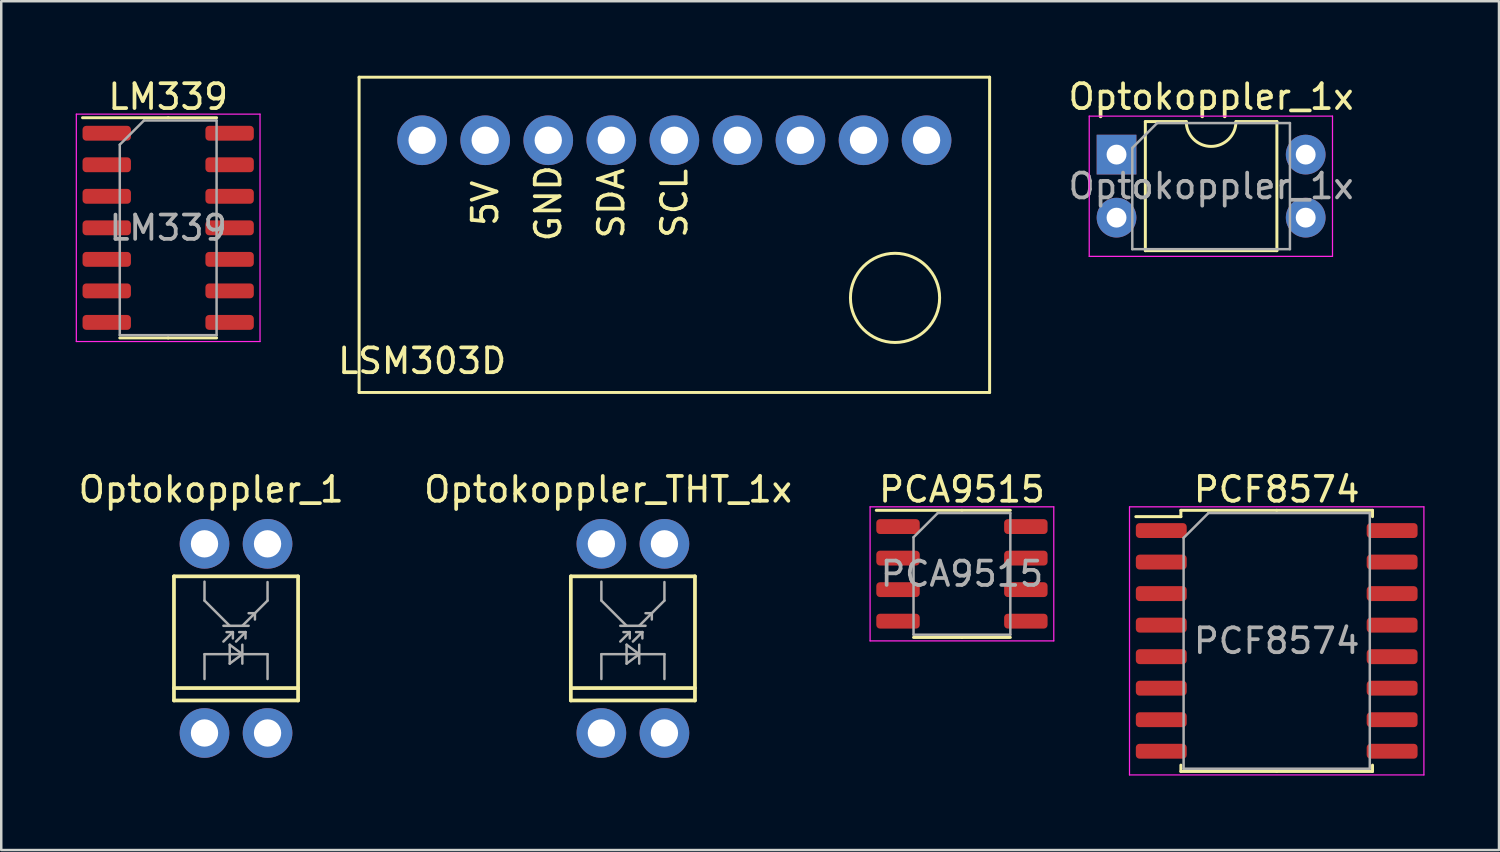
<source format=kicad_pcb>
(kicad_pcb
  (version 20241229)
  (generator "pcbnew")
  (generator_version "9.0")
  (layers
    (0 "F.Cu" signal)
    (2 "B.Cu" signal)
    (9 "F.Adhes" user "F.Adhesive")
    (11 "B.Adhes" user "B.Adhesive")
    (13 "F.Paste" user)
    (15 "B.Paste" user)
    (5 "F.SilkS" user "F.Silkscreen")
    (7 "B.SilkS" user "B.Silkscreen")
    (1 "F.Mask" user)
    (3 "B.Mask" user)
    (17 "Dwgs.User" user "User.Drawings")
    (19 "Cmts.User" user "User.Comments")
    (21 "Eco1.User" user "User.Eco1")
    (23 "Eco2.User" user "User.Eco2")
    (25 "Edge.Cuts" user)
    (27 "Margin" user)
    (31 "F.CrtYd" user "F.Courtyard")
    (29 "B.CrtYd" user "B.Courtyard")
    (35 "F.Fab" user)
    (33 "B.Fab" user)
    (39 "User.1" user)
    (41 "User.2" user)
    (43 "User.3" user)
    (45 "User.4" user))
  (footprint "Optokoppler_1x"
    (layer "F.Cu")
    (at 41.929 3.178)
    (property "Reference" "Optokoppler_1x" (at 3.81 -2.33 0) (layer "F.SilkS") (effects (font (size 1 1) (thickness 0.15))))
    (attr through_hole)
    (fp_line (start 1.16 -1.33) (end 1.16 3.87) (stroke (width 0.12) (type solid)) (layer "F.SilkS"))
    (fp_line (start 1.16 3.87) (end 6.46 3.87) (stroke (width 0.12) (type solid)) (layer "F.SilkS"))
    (fp_line (start 2.81 -1.33) (end 1.16 -1.33) (stroke (width 0.12) (type solid)) (layer "F.SilkS"))
    (fp_line (start 6.46 -1.33) (end 4.81 -1.33) (stroke (width 0.12) (type solid)) (layer "F.SilkS"))
    (fp_line (start 6.46 3.87) (end 6.46 -1.33) (stroke (width 0.12) (type solid)) (layer "F.SilkS"))
    (fp_arc (start 4.81 -1.33) (mid 3.81 -0.33) (end 2.81 -1.33) (stroke (width 0.12) (type solid)) (layer "F.SilkS"))
    (fp_line (start -1.1 -1.55) (end -1.1 4.1) (stroke (width 0.05) (type solid)) (layer "F.CrtYd"))
    (fp_line (start -1.1 4.1) (end 8.7 4.1) (stroke (width 0.05) (type solid)) (layer "F.CrtYd"))
    (fp_line (start 8.7 -1.55) (end -1.1 -1.55) (stroke (width 0.05) (type solid)) (layer "F.CrtYd"))
    (fp_line (start 8.7 4.1) (end 8.7 -1.55) (stroke (width 0.05) (type solid)) (layer "F.CrtYd"))
    (fp_line (start 0.635 -0.27) (end 1.635 -1.27) (stroke (width 0.1) (type solid)) (layer "F.Fab"))
    (fp_line (start 0.635 3.81) (end 0.635 -0.27) (stroke (width 0.1) (type solid)) (layer "F.Fab"))
    (fp_line (start 1.635 -1.27) (end 6.985 -1.27) (stroke (width 0.1) (type solid)) (layer "F.Fab"))
    (fp_line (start 6.985 -1.27) (end 6.985 3.81) (stroke (width 0.1) (type solid)) (layer "F.Fab"))
    (fp_line (start 6.985 3.81) (end 0.635 3.81) (stroke (width 0.1) (type solid)) (layer "F.Fab"))
    (fp_text user "${REFERENCE}" (at 3.81 1.27 0) (layer "F.Fab") (effects (font (size 1 1) (thickness 0.15))))
    (pad "1" thru_hole rect (at 0 0) (size 1.6 1.6) (drill 0.8) (layers "*.Cu" "*.Mask"))
    (pad "2" thru_hole oval (at 0 2.54) (size 1.6 1.6) (drill 0.8) (layers "*.Cu" "*.Mask"))
    (pad "3" thru_hole oval (at 7.62 2.54) (size 1.6 1.6) (drill 0.8) (layers "*.Cu" "*.Mask"))
    (pad "4" thru_hole oval (at 7.62 0) (size 1.6 1.6) (drill 0.8) (layers "*.Cu" "*.Mask")))
  (footprint "Optokoppler_1"
    (layer "F.Cu")
    (at 6.458 22.668)
    (property "Reference" "Optokoppler_1" (at -1 -6 0) (layer "F.SilkS") (effects (font (size 1 1) (thickness 0.15))))
    (attr through_hole)
    (fp_line (start -2.5 -2.5) (end -2.5 2.5) (stroke (width 0.15) (type solid)) (layer "F.SilkS"))
    (fp_line (start -2.5 2) (end 2.5 2) (stroke (width 0.15) (type solid)) (layer "F.SilkS"))
    (fp_line (start -2.5 2.5) (end 2.5 2.5) (stroke (width 0.15) (type solid)) (layer "F.SilkS"))
    (fp_line (start 2.5 -2.5) (end -2.5 -2.5) (stroke (width 0.15) (type solid)) (layer "F.SilkS"))
    (fp_line (start 2.5 2.5) (end 2.5 -2.5) (stroke (width 0.15) (type solid)) (layer "F.SilkS"))
    (fp_line (start -1.27 -1.524) (end -1.27 -2.286) (stroke (width 0.1) (type solid)) (layer "F.Fab"))
    (fp_line (start -1.27 0.635) (end 1.27 0.635) (stroke (width 0.1) (type solid)) (layer "F.Fab"))
    (fp_line (start -1.27 1.635) (end -1.27 0.635) (stroke (width 0.1) (type solid)) (layer "F.Fab"))
    (fp_line (start -0.508 -0.508) (end 0.508 -0.508) (stroke (width 0.1) (type solid)) (layer "F.Fab"))
    (fp_line (start -0.508 0.127) (end -0.127 -0.254) (stroke (width 0.1) (type solid)) (layer "F.Fab"))
    (fp_line (start -0.381 -0.254) (end -0.127 -0.254) (stroke (width 0.1) (type solid)) (layer "F.Fab"))
    (fp_line (start -0.254 -0.508) (end -1.27 -1.524) (stroke (width 0.1) (type solid)) (layer "F.Fab"))
    (fp_line (start -0.254 0.254) (end 0.254 0.635) (stroke (width 0.1) (type solid)) (layer "F.Fab"))
    (fp_line (start -0.254 1.016) (end -0.254 0.254) (stroke (width 0.1) (type solid)) (layer "F.Fab"))
    (fp_line (start -0.254 1.016) (end 0.254 0.635) (stroke (width 0.1) (type solid)) (layer "F.Fab"))
    (fp_line (start -0.127 0) (end -0.127 -0.254) (stroke (width 0.1) (type solid)) (layer "F.Fab"))
    (fp_line (start 0 0.127) (end 0.381 -0.254) (stroke (width 0.1) (type solid)) (layer "F.Fab"))
    (fp_line (start 0.127 -0.254) (end 0.381 -0.254) (stroke (width 0.1) (type solid)) (layer "F.Fab"))
    (fp_line (start 0.254 -0.508) (end 1.27 -1.524) (stroke (width 0.1) (type solid)) (layer "F.Fab"))
    (fp_line (start 0.254 1.016) (end 0.254 0.254) (stroke (width 0.1) (type solid)) (layer "F.Fab"))
    (fp_line (start 0.381 0) (end 0.381 -0.254) (stroke (width 0.1) (type solid)) (layer "F.Fab"))
    (fp_line (start 0.508 -1.016) (end 0.762 -1.016) (stroke (width 0.1) (type solid)) (layer "F.Fab"))
    (fp_line (start 0.762 -0.762) (end 0.762 -1.016) (stroke (width 0.1) (type solid)) (layer "F.Fab"))
    (fp_line (start 1.27 -1.524) (end 1.27 -2.27) (stroke (width 0.1) (type solid)) (layer "F.Fab"))
    (fp_line (start 1.27 1.635) (end 1.27 0.635) (stroke (width 0.1) (type solid)) (layer "F.Fab"))
    (pad "1" thru_hole circle (at -1.27 3.81) (size 2 2) (drill 1.1) (layers "*.Cu" "*.Mask"))
    (pad "2" thru_hole circle (at 1.27 3.81) (size 2 2) (drill 1.1) (layers "*.Cu" "*.Mask"))
    (pad "3" thru_hole circle (at 1.27 -3.81) (size 2 2) (drill 1.1) (layers "*.Cu" "*.Mask"))
    (pad "4" thru_hole circle (at -1.27 -3.81) (size 2 2) (drill 1.1) (layers "*.Cu" "*.Mask")))
  (footprint "PCF8574"
    (layer "F.Cu")
    (at 48.381 22.768)
    (property "Reference" "PCF8574" (at 0 -6.1 0) (layer "F.SilkS") (effects (font (size 1 1) (thickness 0.15))))
    (attr smd)
    (fp_line (start -3.86 -5.26) (end -3.86 -5.005) (stroke (width 0.12) (type solid)) (layer "F.SilkS"))
    (fp_line (start -3.86 -5.005) (end -5.675 -5.005) (stroke (width 0.12) (type solid)) (layer "F.SilkS"))
    (fp_line (start -3.86 5.26) (end -3.86 5.005) (stroke (width 0.12) (type solid)) (layer "F.SilkS"))
    (fp_line (start 0 -5.26) (end -3.86 -5.26) (stroke (width 0.12) (type solid)) (layer "F.SilkS"))
    (fp_line (start 0 -5.26) (end 3.86 -5.26) (stroke (width 0.12) (type solid)) (layer "F.SilkS"))
    (fp_line (start 0 5.26) (end -3.86 5.26) (stroke (width 0.12) (type solid)) (layer "F.SilkS"))
    (fp_line (start 0 5.26) (end 3.86 5.26) (stroke (width 0.12) (type solid)) (layer "F.SilkS"))
    (fp_line (start 3.86 -5.26) (end 3.86 -5.005) (stroke (width 0.12) (type solid)) (layer "F.SilkS"))
    (fp_line (start 3.86 5.26) (end 3.86 5.005) (stroke (width 0.12) (type solid)) (layer "F.SilkS"))
    (fp_line (start -5.93 -5.4) (end -5.93 5.4) (stroke (width 0.05) (type solid)) (layer "F.CrtYd"))
    (fp_line (start -5.93 5.4) (end 5.93 5.4) (stroke (width 0.05) (type solid)) (layer "F.CrtYd"))
    (fp_line (start 5.93 -5.4) (end -5.93 -5.4) (stroke (width 0.05) (type solid)) (layer "F.CrtYd"))
    (fp_line (start 5.93 5.4) (end 5.93 -5.4) (stroke (width 0.05) (type solid)) (layer "F.CrtYd"))
    (fp_line (start -3.75 -4.15) (end -2.75 -5.15) (stroke (width 0.1) (type solid)) (layer "F.Fab"))
    (fp_line (start -3.75 5.15) (end -3.75 -4.15) (stroke (width 0.1) (type solid)) (layer "F.Fab"))
    (fp_line (start -2.75 -5.15) (end 3.75 -5.15) (stroke (width 0.1) (type solid)) (layer "F.Fab"))
    (fp_line (start 3.75 -5.15) (end 3.75 5.15) (stroke (width 0.1) (type solid)) (layer "F.Fab"))
    (fp_line (start 3.75 5.15) (end -3.75 5.15) (stroke (width 0.1) (type solid)) (layer "F.Fab"))
    (fp_text user "${REFERENCE}" (at 0 0 0) (layer "F.Fab") (effects (font (size 1 1) (thickness 0.15))))
    (pad "1" smd roundrect (at -4.65 -4.445) (size 2.05 0.6) (layers "F.Cu" "F.Mask" "F.Paste") (roundrect_rratio 0.25))
    (pad "2" smd roundrect (at -4.65 -3.175) (size 2.05 0.6) (layers "F.Cu" "F.Mask" "F.Paste") (roundrect_rratio 0.25))
    (pad "3" smd roundrect (at -4.65 -1.905) (size 2.05 0.6) (layers "F.Cu" "F.Mask" "F.Paste") (roundrect_rratio 0.25))
    (pad "4" smd roundrect (at -4.65 -0.635) (size 2.05 0.6) (layers "F.Cu" "F.Mask" "F.Paste") (roundrect_rratio 0.25))
    (pad "5" smd roundrect (at -4.65 0.635) (size 2.05 0.6) (layers "F.Cu" "F.Mask" "F.Paste") (roundrect_rratio 0.25))
    (pad "6" smd roundrect (at -4.65 1.905) (size 2.05 0.6) (layers "F.Cu" "F.Mask" "F.Paste") (roundrect_rratio 0.25))
    (pad "7" smd roundrect (at -4.65 3.175) (size 2.05 0.6) (layers "F.Cu" "F.Mask" "F.Paste") (roundrect_rratio 0.25))
    (pad "8" smd roundrect (at -4.65 4.445) (size 2.05 0.6) (layers "F.Cu" "F.Mask" "F.Paste") (roundrect_rratio 0.25))
    (pad "9" smd roundrect (at 4.65 4.445) (size 2.05 0.6) (layers "F.Cu" "F.Mask" "F.Paste") (roundrect_rratio 0.25))
    (pad "10" smd roundrect (at 4.65 3.175) (size 2.05 0.6) (layers "F.Cu" "F.Mask" "F.Paste") (roundrect_rratio 0.25))
    (pad "11" smd roundrect (at 4.65 1.905) (size 2.05 0.6) (layers "F.Cu" "F.Mask" "F.Paste") (roundrect_rratio 0.25))
    (pad "12" smd roundrect (at 4.65 0.635) (size 2.05 0.6) (layers "F.Cu" "F.Mask" "F.Paste") (roundrect_rratio 0.25))
    (pad "13" smd roundrect (at 4.65 -0.635) (size 2.05 0.6) (layers "F.Cu" "F.Mask" "F.Paste") (roundrect_rratio 0.25))
    (pad "14" smd roundrect (at 4.65 -1.905) (size 2.05 0.6) (layers "F.Cu" "F.Mask" "F.Paste") (roundrect_rratio 0.25))
    (pad "15" smd roundrect (at 4.65 -3.175) (size 2.05 0.6) (layers "F.Cu" "F.Mask" "F.Paste") (roundrect_rratio 0.25))
    (pad "16" smd roundrect (at 4.65 -4.445) (size 2.05 0.6) (layers "F.Cu" "F.Mask" "F.Paste") (roundrect_rratio 0.25)))
  (footprint "LM339"
    (layer "F.Cu")
    (at 3.725 6.128)
    (property "Reference" "LM339" (at 0 -5.28 0) (layer "F.SilkS") (effects (font (size 1 1) (thickness 0.15))))
    (attr smd)
    (fp_line (start 0 -4.435) (end -3.45 -4.435) (stroke (width 0.12) (type solid)) (layer "F.SilkS"))
    (fp_line (start 0 -4.435) (end 1.95 -4.435) (stroke (width 0.12) (type solid)) (layer "F.SilkS"))
    (fp_line (start 0 4.435) (end -1.95 4.435) (stroke (width 0.12) (type solid)) (layer "F.SilkS"))
    (fp_line (start 0 4.435) (end 1.95 4.435) (stroke (width 0.12) (type solid)) (layer "F.SilkS"))
    (fp_line (start -3.7 -4.58) (end -3.7 4.58) (stroke (width 0.05) (type solid)) (layer "F.CrtYd"))
    (fp_line (start -3.7 4.58) (end 3.7 4.58) (stroke (width 0.05) (type solid)) (layer "F.CrtYd"))
    (fp_line (start 3.7 -4.58) (end -3.7 -4.58) (stroke (width 0.05) (type solid)) (layer "F.CrtYd"))
    (fp_line (start 3.7 4.58) (end 3.7 -4.58) (stroke (width 0.05) (type solid)) (layer "F.CrtYd"))
    (fp_line (start -1.95 -3.35) (end -0.975 -4.325) (stroke (width 0.1) (type solid)) (layer "F.Fab"))
    (fp_line (start -1.95 4.325) (end -1.95 -3.35) (stroke (width 0.1) (type solid)) (layer "F.Fab"))
    (fp_line (start -0.975 -4.325) (end 1.95 -4.325) (stroke (width 0.1) (type solid)) (layer "F.Fab"))
    (fp_line (start 1.95 -4.325) (end 1.95 4.325) (stroke (width 0.1) (type solid)) (layer "F.Fab"))
    (fp_line (start 1.95 4.325) (end -1.95 4.325) (stroke (width 0.1) (type solid)) (layer "F.Fab"))
    (fp_text user "${REFERENCE}" (at 0 0 0) (layer "F.Fab") (effects (font (size 0.98 0.98) (thickness 0.15))))
    (pad "1" smd roundrect (at -2.475 -3.81) (size 1.95 0.6) (layers "F.Cu" "F.Mask" "F.Paste") (roundrect_rratio 0.25))
    (pad "2" smd roundrect (at -2.475 -2.54) (size 1.95 0.6) (layers "F.Cu" "F.Mask" "F.Paste") (roundrect_rratio 0.25))
    (pad "3" smd roundrect (at -2.475 -1.27) (size 1.95 0.6) (layers "F.Cu" "F.Mask" "F.Paste") (roundrect_rratio 0.25))
    (pad "4" smd roundrect (at -2.475 0) (size 1.95 0.6) (layers "F.Cu" "F.Mask" "F.Paste") (roundrect_rratio 0.25))
    (pad "5" smd roundrect (at -2.475 1.27) (size 1.95 0.6) (layers "F.Cu" "F.Mask" "F.Paste") (roundrect_rratio 0.25))
    (pad "6" smd roundrect (at -2.475 2.54) (size 1.95 0.6) (layers "F.Cu" "F.Mask" "F.Paste") (roundrect_rratio 0.25))
    (pad "7" smd roundrect (at -2.475 3.81) (size 1.95 0.6) (layers "F.Cu" "F.Mask" "F.Paste") (roundrect_rratio 0.25))
    (pad "8" smd roundrect (at 2.475 3.81) (size 1.95 0.6) (layers "F.Cu" "F.Mask" "F.Paste") (roundrect_rratio 0.25))
    (pad "9" smd roundrect (at 2.475 2.54) (size 1.95 0.6) (layers "F.Cu" "F.Mask" "F.Paste") (roundrect_rratio 0.25))
    (pad "10" smd roundrect (at 2.475 1.27) (size 1.95 0.6) (layers "F.Cu" "F.Mask" "F.Paste") (roundrect_rratio 0.25))
    (pad "11" smd roundrect (at 2.475 0) (size 1.95 0.6) (layers "F.Cu" "F.Mask" "F.Paste") (roundrect_rratio 0.25))
    (pad "12" smd roundrect (at 2.475 -1.27) (size 1.95 0.6) (layers "F.Cu" "F.Mask" "F.Paste") (roundrect_rratio 0.25))
    (pad "13" smd roundrect (at 2.475 -2.54) (size 1.95 0.6) (layers "F.Cu" "F.Mask" "F.Paste") (roundrect_rratio 0.25))
    (pad "14" smd roundrect (at 2.475 -3.81) (size 1.95 0.6) (layers "F.Cu" "F.Mask" "F.Paste") (roundrect_rratio 0.25)))
  (footprint "PCA9515"
    (layer "F.Cu")
    (at 35.701 20.068)
    (property "Reference" "PCA9515" (at 0 -3.4 0) (layer "F.SilkS") (effects (font (size 1 1) (thickness 0.15))))
    (attr smd)
    (fp_line (start 0 -2.56) (end -3.45 -2.56) (stroke (width 0.12) (type solid)) (layer "F.SilkS"))
    (fp_line (start 0 -2.56) (end 1.95 -2.56) (stroke (width 0.12) (type solid)) (layer "F.SilkS"))
    (fp_line (start 0 2.56) (end -1.95 2.56) (stroke (width 0.12) (type solid)) (layer "F.SilkS"))
    (fp_line (start 0 2.56) (end 1.95 2.56) (stroke (width 0.12) (type solid)) (layer "F.SilkS"))
    (fp_line (start -3.7 -2.7) (end -3.7 2.7) (stroke (width 0.05) (type solid)) (layer "F.CrtYd"))
    (fp_line (start -3.7 2.7) (end 3.7 2.7) (stroke (width 0.05) (type solid)) (layer "F.CrtYd"))
    (fp_line (start 3.7 -2.7) (end -3.7 -2.7) (stroke (width 0.05) (type solid)) (layer "F.CrtYd"))
    (fp_line (start 3.7 2.7) (end 3.7 -2.7) (stroke (width 0.05) (type solid)) (layer "F.CrtYd"))
    (fp_line (start -1.95 -1.475) (end -0.975 -2.45) (stroke (width 0.1) (type solid)) (layer "F.Fab"))
    (fp_line (start -1.95 2.45) (end -1.95 -1.475) (stroke (width 0.1) (type solid)) (layer "F.Fab"))
    (fp_line (start -0.975 -2.45) (end 1.95 -2.45) (stroke (width 0.1) (type solid)) (layer "F.Fab"))
    (fp_line (start 1.95 -2.45) (end 1.95 2.45) (stroke (width 0.1) (type solid)) (layer "F.Fab"))
    (fp_line (start 1.95 2.45) (end -1.95 2.45) (stroke (width 0.1) (type solid)) (layer "F.Fab"))
    (fp_text user "${REFERENCE}" (at 0 0 0) (layer "F.Fab") (effects (font (size 0.98 0.98) (thickness 0.15))))
    (pad "1" smd roundrect (at -2.575 -1.905) (size 1.75 0.6) (layers "F.Cu" "F.Mask" "F.Paste") (roundrect_rratio 0.25))
    (pad "2" smd roundrect (at -2.575 -0.635) (size 1.75 0.6) (layers "F.Cu" "F.Mask" "F.Paste") (roundrect_rratio 0.25))
    (pad "3" smd roundrect (at -2.575 0.635) (size 1.75 0.6) (layers "F.Cu" "F.Mask" "F.Paste") (roundrect_rratio 0.25))
    (pad "4" smd roundrect (at -2.575 1.905) (size 1.75 0.6) (layers "F.Cu" "F.Mask" "F.Paste") (roundrect_rratio 0.25))
    (pad "5" smd roundrect (at 2.575 1.905) (size 1.75 0.6) (layers "F.Cu" "F.Mask" "F.Paste") (roundrect_rratio 0.25))
    (pad "6" smd roundrect (at 2.575 0.635) (size 1.75 0.6) (layers "F.Cu" "F.Mask" "F.Paste") (roundrect_rratio 0.25))
    (pad "7" smd roundrect (at 2.575 -0.635) (size 1.75 0.6) (layers "F.Cu" "F.Mask" "F.Paste") (roundrect_rratio 0.25))
    (pad "8" smd roundrect (at 2.575 -1.905) (size 1.75 0.6) (layers "F.Cu" "F.Mask" "F.Paste") (roundrect_rratio 0.25)))
  (footprint "LSM303D"
    (layer "F.Cu")
    (at 13.956 2.6)
    (property "Reference" "LSM303D" (at 0 8.89 0) (layer "F.SilkS") (effects (font (size 1 1) (thickness 0.15))))
    (attr through_hole)
    (fp_line (start -2.54 -2.54) (end -2.54 10.16) (stroke (width 0.12) (type solid)) (layer "F.SilkS"))
    (fp_line (start -2.54 10.16) (end 22.86 10.16) (stroke (width 0.12) (type solid)) (layer "F.SilkS"))
    (fp_line (start 22.86 -2.54) (end -2.54 -2.54) (stroke (width 0.12) (type solid)) (layer "F.SilkS"))
    (fp_line (start 22.86 10.16) (end 22.86 -2.54) (stroke (width 0.12) (type solid)) (layer "F.SilkS"))
    (fp_circle (center 19.05 6.35) (end 20.32 5.08) (stroke (width 0.12) (type solid)) (fill no) (layer "F.SilkS"))
    (fp_text user "GND" (at 5.08 2.54 90) (layer "F.SilkS") (effects (font (size 1 1) (thickness 0.15))))
    (fp_text user "5V" (at 2.54 2.54 90) (layer "F.SilkS") (effects (font (size 1 1) (thickness 0.15))))
    (fp_text user "SCL" (at 10.16 2.54 90) (layer "F.SilkS") (effects (font (size 1 1) (thickness 0.15))))
    (fp_text user "SDA" (at 7.62 2.54 90) (layer "F.SilkS") (effects (font (size 1 1) (thickness 0.15))))
    (pad "1" thru_hole circle (at 0 0) (size 2 2) (drill 1.1) (layers "*.Cu" "*.Mask"))
    (pad "2" thru_hole circle (at 2.54 0) (size 2 2) (drill 1.1) (layers "*.Cu" "*.Mask"))
    (pad "3" thru_hole circle (at 5.08 0) (size 2 2) (drill 1.1) (layers "*.Cu" "*.Mask"))
    (pad "4" thru_hole circle (at 7.62 0) (size 2 2) (drill 1.1) (layers "*.Cu" "*.Mask"))
    (pad "5" thru_hole circle (at 10.16 0) (size 2 2) (drill 1.1) (layers "*.Cu" "*.Mask"))
    (pad "6" thru_hole circle (at 12.7 0) (size 2 2) (drill 1.1) (layers "*.Cu" "*.Mask"))
    (pad "7" thru_hole circle (at 15.24 0) (size 2 2) (drill 1.1) (layers "*.Cu" "*.Mask"))
    (pad "8" thru_hole circle (at 17.78 0) (size 2 2) (drill 1.1) (layers "*.Cu" "*.Mask"))
    (pad "9" thru_hole circle (at 20.32 0) (size 2 2) (drill 1.1) (layers "*.Cu" "*.Mask")))
  (footprint "Optokoppler_THT_1x"
    (layer "F.Cu")
    (at 22.446 22.668)
    (property "Reference" "Optokoppler_THT_1x" (at -1 -6 0) (layer "F.SilkS") (effects (font (size 1 1) (thickness 0.15))))
    (attr through_hole)
    (fp_line (start -2.5 -2.5) (end -2.5 2.5) (stroke (width 0.15) (type solid)) (layer "F.SilkS"))
    (fp_line (start -2.5 2) (end 2.5 2) (stroke (width 0.15) (type solid)) (layer "F.SilkS"))
    (fp_line (start -2.5 2.5) (end 2.5 2.5) (stroke (width 0.15) (type solid)) (layer "F.SilkS"))
    (fp_line (start 2.5 -2.5) (end -2.5 -2.5) (stroke (width 0.15) (type solid)) (layer "F.SilkS"))
    (fp_line (start 2.5 2.5) (end 2.5 -2.5) (stroke (width 0.15) (type solid)) (layer "F.SilkS"))
    (fp_line (start -1.27 -1.524) (end -1.27 -2.286) (stroke (width 0.1) (type solid)) (layer "F.Fab"))
    (fp_line (start -1.27 0.635) (end 1.27 0.635) (stroke (width 0.1) (type solid)) (layer "F.Fab"))
    (fp_line (start -1.27 1.635) (end -1.27 0.635) (stroke (width 0.1) (type solid)) (layer "F.Fab"))
    (fp_line (start -0.508 -0.508) (end 0.508 -0.508) (stroke (width 0.1) (type solid)) (layer "F.Fab"))
    (fp_line (start -0.508 0.127) (end -0.127 -0.254) (stroke (width 0.1) (type solid)) (layer "F.Fab"))
    (fp_line (start -0.381 -0.254) (end -0.127 -0.254) (stroke (width 0.1) (type solid)) (layer "F.Fab"))
    (fp_line (start -0.254 -0.508) (end -1.27 -1.524) (stroke (width 0.1) (type solid)) (layer "F.Fab"))
    (fp_line (start -0.254 0.254) (end 0.254 0.635) (stroke (width 0.1) (type solid)) (layer "F.Fab"))
    (fp_line (start -0.254 1.016) (end -0.254 0.254) (stroke (width 0.1) (type solid)) (layer "F.Fab"))
    (fp_line (start -0.254 1.016) (end 0.254 0.635) (stroke (width 0.1) (type solid)) (layer "F.Fab"))
    (fp_line (start -0.127 0) (end -0.127 -0.254) (stroke (width 0.1) (type solid)) (layer "F.Fab"))
    (fp_line (start 0 0.127) (end 0.381 -0.254) (stroke (width 0.1) (type solid)) (layer "F.Fab"))
    (fp_line (start 0.127 -0.254) (end 0.381 -0.254) (stroke (width 0.1) (type solid)) (layer "F.Fab"))
    (fp_line (start 0.254 -0.508) (end 1.27 -1.524) (stroke (width 0.1) (type solid)) (layer "F.Fab"))
    (fp_line (start 0.254 1.016) (end 0.254 0.254) (stroke (width 0.1) (type solid)) (layer "F.Fab"))
    (fp_line (start 0.381 0) (end 0.381 -0.254) (stroke (width 0.1) (type solid)) (layer "F.Fab"))
    (fp_line (start 0.508 -1.016) (end 0.762 -1.016) (stroke (width 0.1) (type solid)) (layer "F.Fab"))
    (fp_line (start 0.762 -0.762) (end 0.762 -1.016) (stroke (width 0.1) (type solid)) (layer "F.Fab"))
    (fp_line (start 1.27 -1.524) (end 1.27 -2.27) (stroke (width 0.1) (type solid)) (layer "F.Fab"))
    (fp_line (start 1.27 1.635) (end 1.27 0.635) (stroke (width 0.1) (type solid)) (layer "F.Fab"))
    (pad "1" thru_hole circle (at -1.27 3.81) (size 2 2) (drill 1.1) (layers "*.Cu" "*.Mask"))
    (pad "2" thru_hole circle (at 1.27 3.81) (size 2 2) (drill 1.1) (layers "*.Cu" "*.Mask"))
    (pad "3" thru_hole circle (at 1.27 -3.81) (size 2 2) (drill 1.1) (layers "*.Cu" "*.Mask"))
    (pad "4" thru_hole circle (at -1.27 -3.81) (size 2 2) (drill 1.1) (layers "*.Cu" "*.Mask")))
  (gr_rect
    (start -3 -3)
    (end 57.336 31.193)
    (stroke (width 0.1) (type default))
    (fill no)
    (layer "Edge.Cuts")))
</source>
